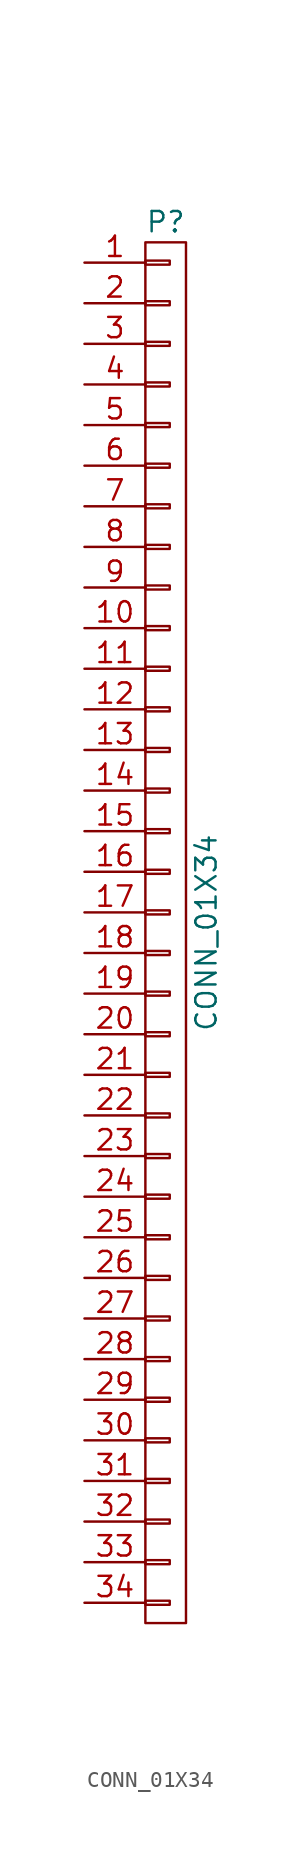
<source format=kicad_sym>
(kicad_symbol_lib
  (version 20211014)
  (generator kicad_symbol_editor)
  (symbol "CONN_01X34"
    (pin_names
      (offset 1.016) hide)
    (property "Reference" "P"
      (at 0 44.45 0)
      (effects (font (size 1.27 1.27))))
    (property "Value" "CONN_01X34"
      (at 2.54 0 90)
      (effects (font (size 1.27 1.27))))
    (property "Footprint" ""
      (at 0 0 0)
      (effects (font (size 1.27 1.27))))
    (property "Datasheet" ""
      (at 0 0 0)
      (effects (font (size 1.27 1.27))))
    (symbol "CONN_01X34_0_1"
      (rectangle (start -1.27 -43.18) (end 1.27 43.18) (stroke (width 0) (type default) (color 0 0 0 0)) (fill (type none)))
      (rectangle (start -1.27 -41.783) (end 0.254 -42.037) (stroke (width 0) (type default) (color 0 0 0 0)) (fill (type none)))
      (rectangle (start -1.27 -39.243) (end 0.254 -39.497) (stroke (width 0) (type default) (color 0 0 0 0)) (fill (type none)))
      (rectangle (start -1.27 -36.703) (end 0.254 -36.957) (stroke (width 0) (type default) (color 0 0 0 0)) (fill (type none)))
      (rectangle (start -1.27 -34.163) (end 0.254 -34.417) (stroke (width 0) (type default) (color 0 0 0 0)) (fill (type none)))
      (rectangle (start -1.27 -31.623) (end 0.254 -31.877) (stroke (width 0) (type default) (color 0 0 0 0)) (fill (type none)))
      (rectangle (start -1.27 -29.083) (end 0.254 -29.337) (stroke (width 0) (type default) (color 0 0 0 0)) (fill (type none)))
      (rectangle (start -1.27 -26.543) (end 0.254 -26.797) (stroke (width 0) (type default) (color 0 0 0 0)) (fill (type none)))
      (rectangle (start -1.27 -24.003) (end 0.254 -24.257) (stroke (width 0) (type default) (color 0 0 0 0)) (fill (type none)))
      (rectangle (start -1.27 -21.463) (end 0.254 -21.717) (stroke (width 0) (type default) (color 0 0 0 0)) (fill (type none)))
      (rectangle (start -1.27 -18.923) (end 0.254 -19.177) (stroke (width 0) (type default) (color 0 0 0 0)) (fill (type none)))
      (rectangle (start -1.27 -16.383) (end 0.254 -16.637) (stroke (width 0) (type default) (color 0 0 0 0)) (fill (type none)))
      (rectangle (start -1.27 -13.843) (end 0.254 -14.097) (stroke (width 0) (type default) (color 0 0 0 0)) (fill (type none)))
      (rectangle (start -1.27 -11.303) (end 0.254 -11.557) (stroke (width 0) (type default) (color 0 0 0 0)) (fill (type none)))
      (rectangle (start -1.27 -8.763) (end 0.254 -9.017) (stroke (width 0) (type default) (color 0 0 0 0)) (fill (type none)))
      (rectangle (start -1.27 -6.223) (end 0.254 -6.477) (stroke (width 0) (type default) (color 0 0 0 0)) (fill (type none)))
      (rectangle (start -1.27 -3.683) (end 0.254 -3.937) (stroke (width 0) (type default) (color 0 0 0 0)) (fill (type none)))
      (rectangle (start -1.27 -1.143) (end 0.254 -1.397) (stroke (width 0) (type default) (color 0 0 0 0)) (fill (type none)))
      (rectangle (start -1.27 1.397) (end 0.254 1.143) (stroke (width 0) (type default) (color 0 0 0 0)) (fill (type none)))
      (rectangle (start -1.27 3.937) (end 0.254 3.683) (stroke (width 0) (type default) (color 0 0 0 0)) (fill (type none)))
      (rectangle (start -1.27 6.477) (end 0.254 6.223) (stroke (width 0) (type default) (color 0 0 0 0)) (fill (type none)))
      (rectangle (start -1.27 9.017) (end 0.254 8.763) (stroke (width 0) (type default) (color 0 0 0 0)) (fill (type none)))
      (rectangle (start -1.27 11.557) (end 0.254 11.303) (stroke (width 0) (type default) (color 0 0 0 0)) (fill (type none)))
      (rectangle (start -1.27 14.097) (end 0.254 13.843) (stroke (width 0) (type default) (color 0 0 0 0)) (fill (type none)))
      (rectangle (start -1.27 16.637) (end 0.254 16.383) (stroke (width 0) (type default) (color 0 0 0 0)) (fill (type none)))
      (rectangle (start -1.27 19.177) (end 0.254 18.923) (stroke (width 0) (type default) (color 0 0 0 0)) (fill (type none)))
      (rectangle (start -1.27 21.717) (end 0.254 21.463) (stroke (width 0) (type default) (color 0 0 0 0)) (fill (type none)))
      (rectangle (start -1.27 24.257) (end 0.254 24.003) (stroke (width 0) (type default) (color 0 0 0 0)) (fill (type none)))
      (rectangle (start -1.27 26.797) (end 0.254 26.543) (stroke (width 0) (type default) (color 0 0 0 0)) (fill (type none)))
      (rectangle (start -1.27 29.337) (end 0.254 29.083) (stroke (width 0) (type default) (color 0 0 0 0)) (fill (type none)))
      (rectangle (start -1.27 31.877) (end 0.254 31.623) (stroke (width 0) (type default) (color 0 0 0 0)) (fill (type none)))
      (rectangle (start -1.27 34.417) (end 0.254 34.163) (stroke (width 0) (type default) (color 0 0 0 0)) (fill (type none)))
      (rectangle (start -1.27 36.957) (end 0.254 36.703) (stroke (width 0) (type default) (color 0 0 0 0)) (fill (type none)))
      (rectangle (start -1.27 39.497) (end 0.254 39.243) (stroke (width 0) (type default) (color 0 0 0 0)) (fill (type none)))
      (rectangle (start -1.27 42.037) (end 0.254 41.783) (stroke (width 0) (type default) (color 0 0 0 0)) (fill (type none))))
    (symbol "CONN_01X34_1_1"
      (pin passive line (at -5.08 41.91 0) (length 3.81) (name "P1" (effects (font (size 1.27 1.27)))) (number "1" (effects (font (size 1.27 1.27)))))
      (pin passive line (at -5.08 19.05 0) (length 3.81) (name "P10" (effects (font (size 1.27 1.27)))) (number "10" (effects (font (size 1.27 1.27)))))
      (pin passive line (at -5.08 16.51 0) (length 3.81) (name "P11" (effects (font (size 1.27 1.27)))) (number "11" (effects (font (size 1.27 1.27)))))
      (pin passive line (at -5.08 13.97 0) (length 3.81) (name "P12" (effects (font (size 1.27 1.27)))) (number "12" (effects (font (size 1.27 1.27)))))
      (pin passive line (at -5.08 11.43 0) (length 3.81) (name "P13" (effects (font (size 1.27 1.27)))) (number "13" (effects (font (size 1.27 1.27)))))
      (pin passive line (at -5.08 8.89 0) (length 3.81) (name "P14" (effects (font (size 1.27 1.27)))) (number "14" (effects (font (size 1.27 1.27)))))
      (pin passive line (at -5.08 6.35 0) (length 3.81) (name "P15" (effects (font (size 1.27 1.27)))) (number "15" (effects (font (size 1.27 1.27)))))
      (pin passive line (at -5.08 3.81 0) (length 3.81) (name "P16" (effects (font (size 1.27 1.27)))) (number "16" (effects (font (size 1.27 1.27)))))
      (pin passive line (at -5.08 1.27 0) (length 3.81) (name "P17" (effects (font (size 1.27 1.27)))) (number "17" (effects (font (size 1.27 1.27)))))
      (pin passive line (at -5.08 -1.27 0) (length 3.81) (name "P18" (effects (font (size 1.27 1.27)))) (number "18" (effects (font (size 1.27 1.27)))))
      (pin passive line (at -5.08 -3.81 0) (length 3.81) (name "P19" (effects (font (size 1.27 1.27)))) (number "19" (effects (font (size 1.27 1.27)))))
      (pin passive line (at -5.08 39.37 0) (length 3.81) (name "P2" (effects (font (size 1.27 1.27)))) (number "2" (effects (font (size 1.27 1.27)))))
      (pin passive line (at -5.08 -6.35 0) (length 3.81) (name "P20" (effects (font (size 1.27 1.27)))) (number "20" (effects (font (size 1.27 1.27)))))
      (pin passive line (at -5.08 -8.89 0) (length 3.81) (name "P21" (effects (font (size 1.27 1.27)))) (number "21" (effects (font (size 1.27 1.27)))))
      (pin passive line (at -5.08 -11.43 0) (length 3.81) (name "P22" (effects (font (size 1.27 1.27)))) (number "22" (effects (font (size 1.27 1.27)))))
      (pin passive line (at -5.08 -13.97 0) (length 3.81) (name "P23" (effects (font (size 1.27 1.27)))) (number "23" (effects (font (size 1.27 1.27)))))
      (pin passive line (at -5.08 -16.51 0) (length 3.81) (name "P24" (effects (font (size 1.27 1.27)))) (number "24" (effects (font (size 1.27 1.27)))))
      (pin passive line (at -5.08 -19.05 0) (length 3.81) (name "P25" (effects (font (size 1.27 1.27)))) (number "25" (effects (font (size 1.27 1.27)))))
      (pin passive line (at -5.08 -21.59 0) (length 3.81) (name "P26" (effects (font (size 1.27 1.27)))) (number "26" (effects (font (size 1.27 1.27)))))
      (pin passive line (at -5.08 -24.13 0) (length 3.81) (name "P27" (effects (font (size 1.27 1.27)))) (number "27" (effects (font (size 1.27 1.27)))))
      (pin passive line (at -5.08 -26.67 0) (length 3.81) (name "P28" (effects (font (size 1.27 1.27)))) (number "28" (effects (font (size 1.27 1.27)))))
      (pin passive line (at -5.08 -29.21 0) (length 3.81) (name "P29" (effects (font (size 1.27 1.27)))) (number "29" (effects (font (size 1.27 1.27)))))
      (pin passive line (at -5.08 36.83 0) (length 3.81) (name "P3" (effects (font (size 1.27 1.27)))) (number "3" (effects (font (size 1.27 1.27)))))
      (pin passive line (at -5.08 -31.75 0) (length 3.81) (name "P30" (effects (font (size 1.27 1.27)))) (number "30" (effects (font (size 1.27 1.27)))))
      (pin passive line (at -5.08 -34.29 0) (length 3.81) (name "P31" (effects (font (size 1.27 1.27)))) (number "31" (effects (font (size 1.27 1.27)))))
      (pin passive line (at -5.08 -36.83 0) (length 3.81) (name "P32" (effects (font (size 1.27 1.27)))) (number "32" (effects (font (size 1.27 1.27)))))
      (pin passive line (at -5.08 -39.37 0) (length 3.81) (name "P33" (effects (font (size 1.27 1.27)))) (number "33" (effects (font (size 1.27 1.27)))))
      (pin passive line (at -5.08 -41.91 0) (length 3.81) (name "P34" (effects (font (size 1.27 1.27)))) (number "34" (effects (font (size 1.27 1.27)))))
      (pin passive line (at -5.08 34.29 0) (length 3.81) (name "P4" (effects (font (size 1.27 1.27)))) (number "4" (effects (font (size 1.27 1.27)))))
      (pin passive line (at -5.08 31.75 0) (length 3.81) (name "P5" (effects (font (size 1.27 1.27)))) (number "5" (effects (font (size 1.27 1.27)))))
      (pin passive line (at -5.08 29.21 0) (length 3.81) (name "P6" (effects (font (size 1.27 1.27)))) (number "6" (effects (font (size 1.27 1.27)))))
      (pin passive line (at -5.08 26.67 0) (length 3.81) (name "P7" (effects (font (size 1.27 1.27)))) (number "7" (effects (font (size 1.27 1.27)))))
      (pin passive line (at -5.08 24.13 0) (length 3.81) (name "P8" (effects (font (size 1.27 1.27)))) (number "8" (effects (font (size 1.27 1.27)))))
      (pin passive line (at -5.08 21.59 0) (length 3.81) (name "P9" (effects (font (size 1.27 1.27)))) (number "9" (effects (font (size 1.27 1.27))))))))
</source>
